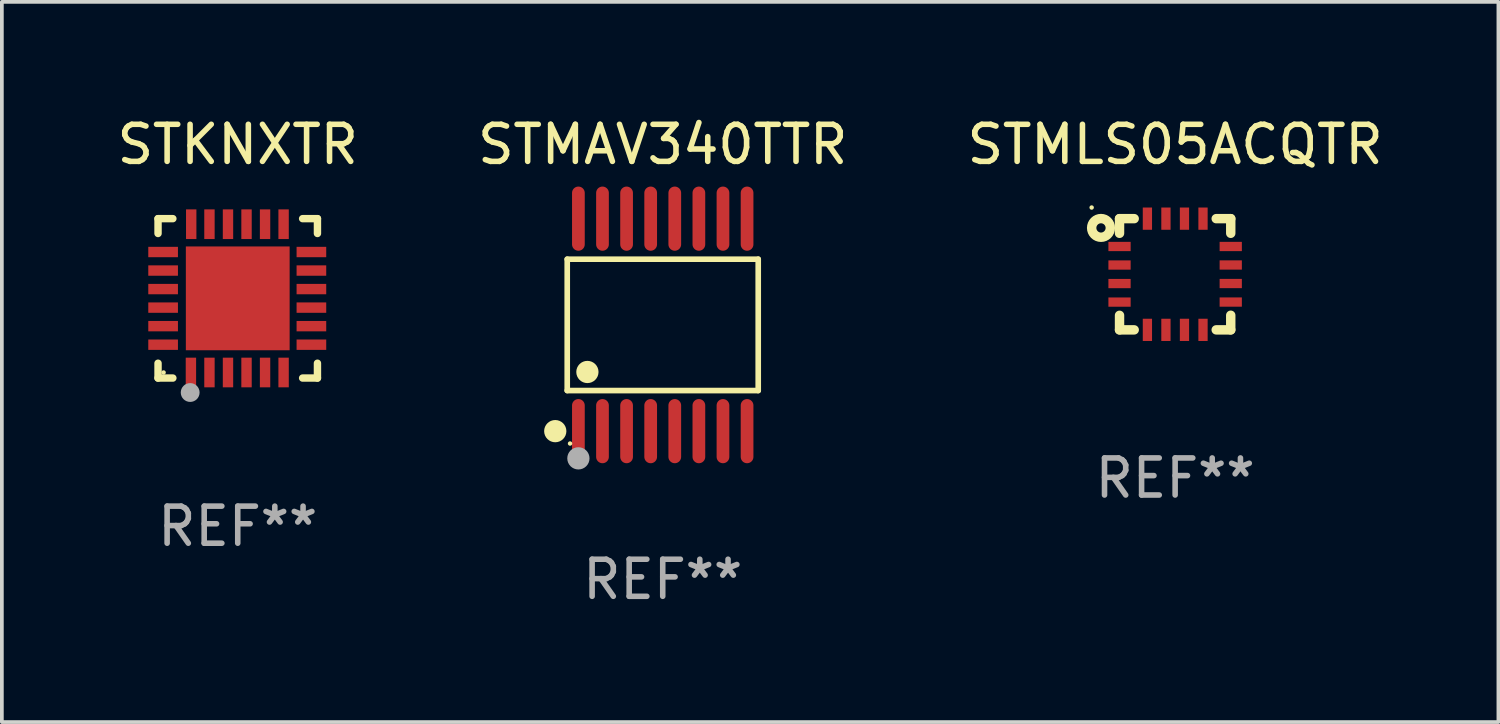
<source format=kicad_pcb>
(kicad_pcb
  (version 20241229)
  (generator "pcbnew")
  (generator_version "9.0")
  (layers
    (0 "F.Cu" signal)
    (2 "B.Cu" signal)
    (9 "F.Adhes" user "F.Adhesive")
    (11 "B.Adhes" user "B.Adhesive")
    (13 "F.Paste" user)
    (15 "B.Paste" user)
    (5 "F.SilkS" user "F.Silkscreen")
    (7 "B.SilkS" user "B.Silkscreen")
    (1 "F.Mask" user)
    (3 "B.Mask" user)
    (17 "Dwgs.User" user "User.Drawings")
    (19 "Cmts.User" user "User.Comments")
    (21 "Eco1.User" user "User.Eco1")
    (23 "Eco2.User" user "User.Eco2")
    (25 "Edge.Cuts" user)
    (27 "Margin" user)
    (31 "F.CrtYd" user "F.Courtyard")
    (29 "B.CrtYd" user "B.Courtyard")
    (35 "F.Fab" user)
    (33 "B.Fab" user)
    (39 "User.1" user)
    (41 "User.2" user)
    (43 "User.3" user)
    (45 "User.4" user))
  (footprint "STMAV340TTR"
    (layer "F.Cu")
    (at 14.827 5.714)
    (property "Reference" "STMAV340TTR" (at 0 -4.866 0) (layer "F.SilkS") (effects (font (size 1 1) (thickness 0.15))))
    (attr through_hole)
    (fp_line (start -2.576 -1.772) (end 2.576 -1.772) (stroke (width 0.152) (type solid)) (layer "F.SilkS"))
    (fp_line (start -2.576 1.771) (end -2.576 -1.772) (stroke (width 0.152) (type solid)) (layer "F.SilkS"))
    (fp_line (start 2.576 -1.772) (end 2.576 1.771) (stroke (width 0.152) (type solid)) (layer "F.SilkS"))
    (fp_line (start 2.576 1.771) (end -2.576 1.771) (stroke (width 0.152) (type solid)) (layer "F.SilkS"))
    (fp_circle (center -2.899 2.866) (end -2.749 2.866) (stroke (width 0.3) (type solid)) (fill no) (layer "F.SilkS"))
    (fp_circle (center -2.5 3.2) (end -2.47 3.2) (stroke (width 0.06) (type solid)) (fill no) (layer "F.SilkS"))
    (fp_circle (center -2.032 1.27) (end -1.882 1.27) (stroke (width 0.3) (type solid)) (fill no) (layer "F.SilkS"))
    (fp_circle (center -2.275 3.6) (end -2.125 3.6) (stroke (width 0.3) (type solid)) (fill no) (layer "F.Fab"))
    (fp_text user "REF**" (at 0 6.866 0) (layer "F.Fab") (effects (font (size 1 1) (thickness 0.15))))
    (pad "1" smd oval (at -2.275 2.866) (size 0.343 1.731) (layers "F.Cu" "F.Mask" "F.Paste"))
    (pad "2" smd oval (at -1.625 2.866) (size 0.343 1.731) (layers "F.Cu" "F.Mask" "F.Paste"))
    (pad "3" smd oval (at -0.975 2.866) (size 0.343 1.731) (layers "F.Cu" "F.Mask" "F.Paste"))
    (pad "4" smd oval (at -0.325 2.866) (size 0.343 1.731) (layers "F.Cu" "F.Mask" "F.Paste"))
    (pad "5" smd oval (at 0.325 2.866) (size 0.343 1.731) (layers "F.Cu" "F.Mask" "F.Paste"))
    (pad "6" smd oval (at 0.975 2.866) (size 0.343 1.731) (layers "F.Cu" "F.Mask" "F.Paste"))
    (pad "7" smd oval (at 1.625 2.866) (size 0.343 1.731) (layers "F.Cu" "F.Mask" "F.Paste"))
    (pad "8" smd oval (at 2.275 2.866) (size 0.343 1.731) (layers "F.Cu" "F.Mask" "F.Paste"))
    (pad "9" smd oval (at 2.275 -2.866) (size 0.343 1.731) (layers "F.Cu" "F.Mask" "F.Paste"))
    (pad "10" smd oval (at 1.625 -2.866) (size 0.343 1.731) (layers "F.Cu" "F.Mask" "F.Paste"))
    (pad "11" smd oval (at 0.975 -2.866) (size 0.343 1.731) (layers "F.Cu" "F.Mask" "F.Paste"))
    (pad "12" smd oval (at 0.325 -2.866) (size 0.343 1.731) (layers "F.Cu" "F.Mask" "F.Paste"))
    (pad "13" smd oval (at -0.325 -2.866) (size 0.343 1.731) (layers "F.Cu" "F.Mask" "F.Paste"))
    (pad "14" smd oval (at -0.975 -2.866) (size 0.343 1.731) (layers "F.Cu" "F.Mask" "F.Paste"))
    (pad "15" smd oval (at -1.625 -2.866) (size 0.343 1.731) (layers "F.Cu" "F.Mask" "F.Paste"))
    (pad "16" smd oval (at -2.275 -2.866) (size 0.343 1.731) (layers "F.Cu" "F.Mask" "F.Paste")))
  (footprint "STKNXTR"
    (layer "F.Cu")
    (at 3.363 4.998)
    (property "Reference" "STKNXTR" (at 0 -4.15 0) (layer "F.SilkS") (effects (font (size 1 1) (thickness 0.15))))
    (attr through_hole)
    (fp_line (start -2.15 -2.15) (end -1.75 -2.15) (stroke (width 0.2) (type solid)) (layer "F.SilkS"))
    (fp_line (start -2.15 -1.75) (end -2.15 -2.15) (stroke (width 0.2) (type solid)) (layer "F.SilkS"))
    (fp_line (start -2.15 2.15) (end -2.15 1.75) (stroke (width 0.2) (type solid)) (layer "F.SilkS"))
    (fp_line (start -1.75 2.15) (end -2.15 2.15) (stroke (width 0.2) (type solid)) (layer "F.SilkS"))
    (fp_line (start 2.15 -2.15) (end 1.75 -2.15) (stroke (width 0.2) (type solid)) (layer "F.SilkS"))
    (fp_line (start 2.15 -1.75) (end 2.15 -2.15) (stroke (width 0.2) (type solid)) (layer "F.SilkS"))
    (fp_line (start 2.15 1.75) (end 2.15 2.15) (stroke (width 0.2) (type solid)) (layer "F.SilkS"))
    (fp_line (start 2.15 2.15) (end 1.75 2.15) (stroke (width 0.2) (type solid)) (layer "F.SilkS"))
    (fp_circle (center -2 2) (end -1.97 2) (stroke (width 0.06) (type solid)) (fill no) (layer "F.SilkS"))
    (fp_circle (center -1.283 2.54) (end -1.156 2.54) (stroke (width 0.254) (type solid)) (fill no) (layer "F.Fab"))
    (fp_text user "REF**" (at 0 6.15 0) (layer "F.Fab") (effects (font (size 1 1) (thickness 0.15))))
    (pad "1" smd rect (at -1.263 2 180) (size 0.28 0.8) (layers "F.Cu" "F.Mask" "F.Paste"))
    (pad "2" smd rect (at -0.763 2 180) (size 0.28 0.8) (layers "F.Cu" "F.Mask" "F.Paste"))
    (pad "3" smd rect (at -0.263 2 180) (size 0.28 0.8) (layers "F.Cu" "F.Mask" "F.Paste"))
    (pad "4" smd rect (at 0.237 2 180) (size 0.28 0.8) (layers "F.Cu" "F.Mask" "F.Paste"))
    (pad "5" smd rect (at 0.737 2 180) (size 0.28 0.8) (layers "F.Cu" "F.Mask" "F.Paste"))
    (pad "6" smd rect (at 1.237 2 180) (size 0.28 0.8) (layers "F.Cu" "F.Mask" "F.Paste"))
    (pad "7" smd rect (at 1.987 1.25 90) (size 0.28 0.8) (layers "F.Cu" "F.Mask" "F.Paste"))
    (pad "8" smd rect (at 1.987 0.75 90) (size 0.28 0.8) (layers "F.Cu" "F.Mask" "F.Paste"))
    (pad "9" smd rect (at 1.987 0.25 90) (size 0.28 0.8) (layers "F.Cu" "F.Mask" "F.Paste"))
    (pad "10" smd rect (at 1.987 -0.25 90) (size 0.28 0.8) (layers "F.Cu" "F.Mask" "F.Paste"))
    (pad "11" smd rect (at 1.987 -0.75 90) (size 0.28 0.8) (layers "F.Cu" "F.Mask" "F.Paste"))
    (pad "12" smd rect (at 1.987 -1.25 90) (size 0.28 0.8) (layers "F.Cu" "F.Mask" "F.Paste"))
    (pad "13" smd rect (at 1.237 -2 180) (size 0.28 0.8) (layers "F.Cu" "F.Mask" "F.Paste"))
    (pad "14" smd rect (at 0.737 -2 180) (size 0.28 0.8) (layers "F.Cu" "F.Mask" "F.Paste"))
    (pad "15" smd rect (at 0.237 -2 180) (size 0.28 0.8) (layers "F.Cu" "F.Mask" "F.Paste"))
    (pad "16" smd rect (at -0.263 -2 180) (size 0.28 0.8) (layers "F.Cu" "F.Mask" "F.Paste"))
    (pad "17" smd rect (at -0.763 -2 180) (size 0.28 0.8) (layers "F.Cu" "F.Mask" "F.Paste"))
    (pad "18" smd rect (at -1.255 -2 180) (size 0.28 0.8) (layers "F.Cu" "F.Mask" "F.Paste"))
    (pad "19" smd rect (at -2.013 -1.25 90) (size 0.28 0.8) (layers "F.Cu" "F.Mask" "F.Paste"))
    (pad "20" smd rect (at -2.013 -0.75 90) (size 0.28 0.8) (layers "F.Cu" "F.Mask" "F.Paste"))
    (pad "21" smd rect (at -2.013 -0.25 90) (size 0.28 0.8) (layers "F.Cu" "F.Mask" "F.Paste"))
    (pad "22" smd rect (at -2.013 0.25 90) (size 0.28 0.8) (layers "F.Cu" "F.Mask" "F.Paste"))
    (pad "23" smd rect (at -2.013 0.75 90) (size 0.28 0.8) (layers "F.Cu" "F.Mask" "F.Paste"))
    (pad "24" smd rect (at -2.013 1.25 90) (size 0.28 0.8) (layers "F.Cu" "F.Mask" "F.Paste"))
    (pad "25" smd rect (at -0.000013 0 90) (size 2.8 2.8) (layers "F.Cu" "F.Mask" "F.Paste")))
  (footprint "STMLS05ACQTR"
    (layer "F.Cu")
    (at 28.649 4.348)
    (property "Reference" "STMLS05ACQTR" (at 0 -3.5 0) (layer "F.SilkS") (effects (font (size 1 1) (thickness 0.15))))
    (attr through_hole)
    (fp_line (start -1.5 -1.5) (end -1.5 -1.105) (stroke (width 0.254) (type solid)) (layer "F.SilkS"))
    (fp_line (start -1.5 1.108) (end -1.5 1.5) (stroke (width 0.254) (type solid)) (layer "F.SilkS"))
    (fp_line (start -1.5 1.5) (end -1.104 1.5) (stroke (width 0.254) (type solid)) (layer "F.SilkS"))
    (fp_line (start -1.104 -1.5) (end -1.5 -1.5) (stroke (width 0.254) (type solid)) (layer "F.SilkS"))
    (fp_line (start 1.108 1.5) (end 1.5 1.5) (stroke (width 0.254) (type solid)) (layer "F.SilkS"))
    (fp_line (start 1.5 -1.5) (end 1.108 -1.5) (stroke (width 0.254) (type solid)) (layer "F.SilkS"))
    (fp_line (start 1.5 -1.5) (end 1.5 -1.105) (stroke (width 0.254) (type solid)) (layer "F.SilkS"))
    (fp_line (start 1.5 1.106) (end 1.5 1.5) (stroke (width 0.254) (type solid)) (layer "F.SilkS"))
    (fp_circle (center -2.252 -1.8) (end -2.222 -1.8) (stroke (width 0.06) (type solid)) (fill no) (layer "F.SilkS"))
    (fp_circle (center -2 -1.25) (end -1.875 -1.25) (stroke (width 0.254) (type solid)) (fill no) (layer "F.SilkS"))
    (fp_text user "REF**" (at 0 5.5 0) (layer "F.Fab") (effects (font (size 1 1) (thickness 0.15))))
    (pad "1" smd rect (at -1.5 -0.749 90) (size 0.25 0.6) (layers "F.Cu" "F.Mask" "F.Paste"))
    (pad "2" smd rect (at -1.5 -0.249 90) (size 0.25 0.6) (layers "F.Cu" "F.Mask" "F.Paste"))
    (pad "3" smd rect (at -1.5 0.251 90) (size 0.25 0.6) (layers "F.Cu" "F.Mask" "F.Paste"))
    (pad "4" smd rect (at -1.5 0.751 90) (size 0.25 0.6) (layers "F.Cu" "F.Mask" "F.Paste"))
    (pad "5" smd rect (at -0.748 1.5 180) (size 0.25 0.6) (layers "F.Cu" "F.Mask" "F.Paste"))
    (pad "6" smd rect (at -0.248 1.5 180) (size 0.25 0.6) (layers "F.Cu" "F.Mask" "F.Paste"))
    (pad "7" smd rect (at 0.252 1.5 180) (size 0.25 0.6) (layers "F.Cu" "F.Mask" "F.Paste"))
    (pad "8" smd rect (at 0.752 1.5 180) (size 0.25 0.6) (layers "F.Cu" "F.Mask" "F.Paste"))
    (pad "9" smd rect (at 1.5 0.75 270) (size 0.25 0.6) (layers "F.Cu" "F.Mask" "F.Paste"))
    (pad "10" smd rect (at 1.5 0.25 270) (size 0.25 0.6) (layers "F.Cu" "F.Mask" "F.Paste"))
    (pad "11" smd rect (at 1.5 -0.25 270) (size 0.25 0.6) (layers "F.Cu" "F.Mask" "F.Paste"))
    (pad "12" smd rect (at 1.5 -0.749 270) (size 0.25 0.6) (layers "F.Cu" "F.Mask" "F.Paste"))
    (pad "13" smd rect (at 0.752 -1.5) (size 0.25 0.6) (layers "F.Cu" "F.Mask" "F.Paste"))
    (pad "14" smd rect (at 0.252 -1.5) (size 0.25 0.6) (layers "F.Cu" "F.Mask" "F.Paste"))
    (pad "15" smd rect (at -0.248 -1.5) (size 0.25 0.6) (layers "F.Cu" "F.Mask" "F.Paste"))
    (pad "16" smd rect (at -0.748 -1.5) (size 0.25 0.6) (layers "F.Cu" "F.Mask" "F.Paste")))
  (gr_rect
    (start -3 -3)
    (end 37.369 16.428)
    (stroke (width 0.1) (type default))
    (fill no)
    (layer "Edge.Cuts")))
</source>
